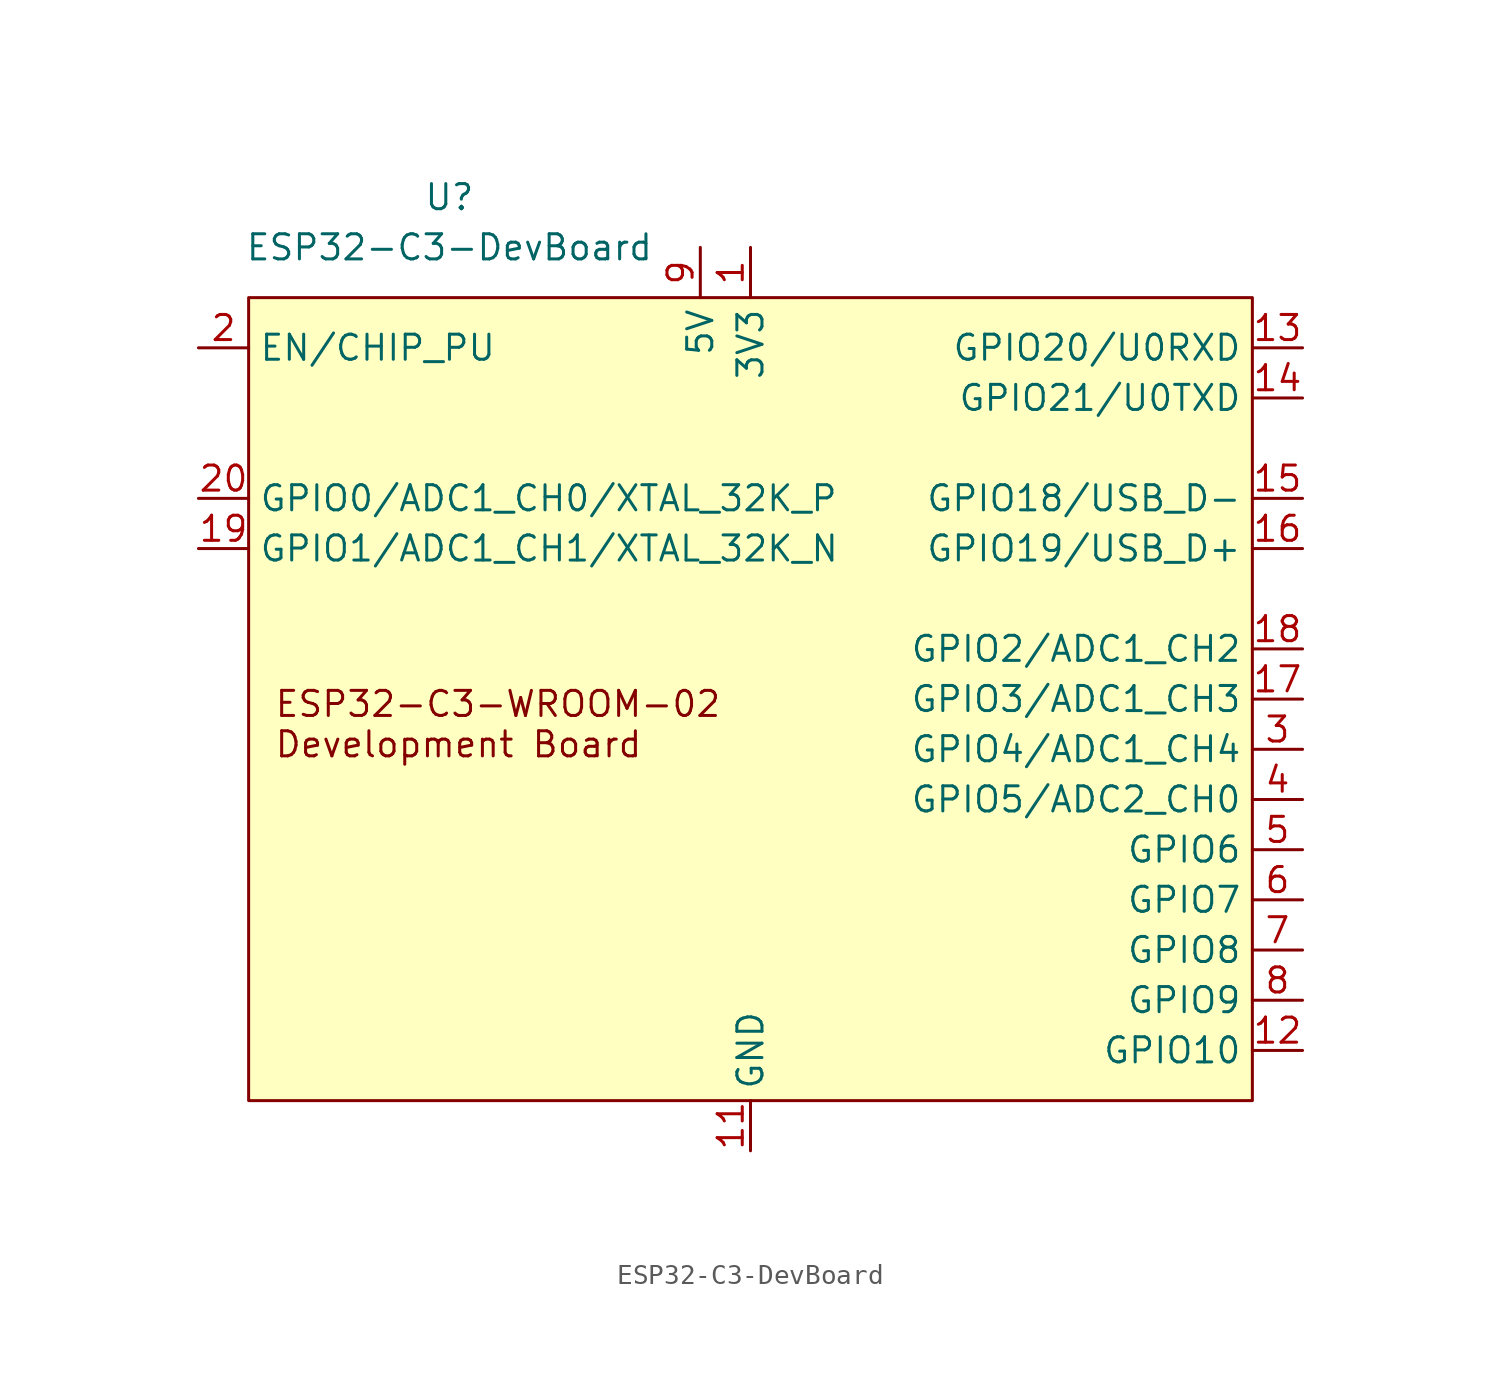
<source format=kicad_sym>
(kicad_symbol_lib
  (version 20220914)
  (generator kicad_symbol_editor)
  (symbol "ESP32-C3-DevBoard"
    (property "Reference" "U"
      (at -15.24 0 0)
      (effects (font (size 1.27 1.27))))
    (property "Value" "ESP32-C3-DevBoard"
      (at -15.24 -2.54 0)
      (effects (font (size 1.27 1.27))))
    (symbol "ESP32-C3-DevBoard_0_1"
      (rectangle (start 25.4 -5.08) (end -25.4 -45.72) (stroke (width 0) (type default)) (fill (type background))))
    (symbol "ESP32-C3-DevBoard_1_0"
      (text "ESP32-C3-WROOM-02\nDevelopment Board" (at -24.13 -26.67 0) (effects (font (size 1.27 1.27)) (justify left))))
    (symbol "ESP32-C3-DevBoard_1_1"
      (pin power_in line (at 0 -2.54 270) (length 2.54) (name "3V3" (effects (font (size 1.27 1.27)))) (number "1" (effects (font (size 1.27 1.27)))))
      (pin passive line (at 0 -48.26 90) (length 2.54) hide (name "GND" (effects (font (size 1.27 1.27)))) (number "10" (effects (font (size 1.27 1.27)))))
      (pin power_in line (at 0 -48.26 90) (length 2.54) (name "GND" (effects (font (size 1.27 1.27)))) (number "11" (effects (font (size 1.27 1.27)))))
      (pin bidirectional line (at 27.94 -43.18 180) (length 2.54) (name "GPIO10" (effects (font (size 1.27 1.27)))) (number "12" (effects (font (size 1.27 1.27)))))
      (pin bidirectional line (at 27.94 -7.62 180) (length 2.54) (name "GPIO20/U0RXD" (effects (font (size 1.27 1.27)))) (number "13" (effects (font (size 1.27 1.27)))))
      (pin bidirectional line (at 27.94 -10.16 180) (length 2.54) (name "GPIO21/U0TXD" (effects (font (size 1.27 1.27)))) (number "14" (effects (font (size 1.27 1.27)))))
      (pin bidirectional line (at 27.94 -15.24 180) (length 2.54) (name "GPIO18/USB_D-" (effects (font (size 1.27 1.27)))) (number "15" (effects (font (size 1.27 1.27)))))
      (pin bidirectional line (at 27.94 -17.78 180) (length 2.54) (name "GPIO19/USB_D+" (effects (font (size 1.27 1.27)))) (number "16" (effects (font (size 1.27 1.27)))))
      (pin bidirectional line (at 27.94 -25.4 180) (length 2.54) (name "GPIO3/ADC1_CH3" (effects (font (size 1.27 1.27)))) (number "17" (effects (font (size 1.27 1.27)))))
      (pin bidirectional line (at 27.94 -22.86 180) (length 2.54) (name "GPIO2/ADC1_CH2" (effects (font (size 1.27 1.27)))) (number "18" (effects (font (size 1.27 1.27)))))
      (pin bidirectional line (at -27.94 -17.78 0) (length 2.54) (name "GPIO1/ADC1_CH1/XTAL_32K_N" (effects (font (size 1.27 1.27)))) (number "19" (effects (font (size 1.27 1.27)))))
      (pin input line (at -27.94 -7.62 0) (length 2.54) (name "EN/CHIP_PU" (effects (font (size 1.27 1.27)))) (number "2" (effects (font (size 1.27 1.27)))))
      (pin bidirectional line (at -27.94 -15.24 0) (length 2.54) (name "GPIO0/ADC1_CH0/XTAL_32K_P" (effects (font (size 1.27 1.27)))) (number "20" (effects (font (size 1.27 1.27)))))
      (pin bidirectional line (at 27.94 -27.94 180) (length 2.54) (name "GPIO4/ADC1_CH4" (effects (font (size 1.27 1.27)))) (number "3" (effects (font (size 1.27 1.27)))))
      (pin bidirectional line (at 27.94 -30.48 180) (length 2.54) (name "GPIO5/ADC2_CH0" (effects (font (size 1.27 1.27)))) (number "4" (effects (font (size 1.27 1.27)))))
      (pin bidirectional line (at 27.94 -33.02 180) (length 2.54) (name "GPIO6" (effects (font (size 1.27 1.27)))) (number "5" (effects (font (size 1.27 1.27)))))
      (pin bidirectional line (at 27.94 -35.56 180) (length 2.54) (name "GPIO7" (effects (font (size 1.27 1.27)))) (number "6" (effects (font (size 1.27 1.27)))))
      (pin bidirectional line (at 27.94 -38.1 180) (length 2.54) (name "GPIO8" (effects (font (size 1.27 1.27)))) (number "7" (effects (font (size 1.27 1.27)))))
      (pin bidirectional line (at 27.94 -40.64 180) (length 2.54) (name "GPIO9" (effects (font (size 1.27 1.27)))) (number "8" (effects (font (size 1.27 1.27)))))
      (pin bidirectional line (at -2.54 -2.54 270) (length 2.54) (name "5V" (effects (font (size 1.27 1.27)))) (number "9" (effects (font (size 1.27 1.27))))))))
</source>
